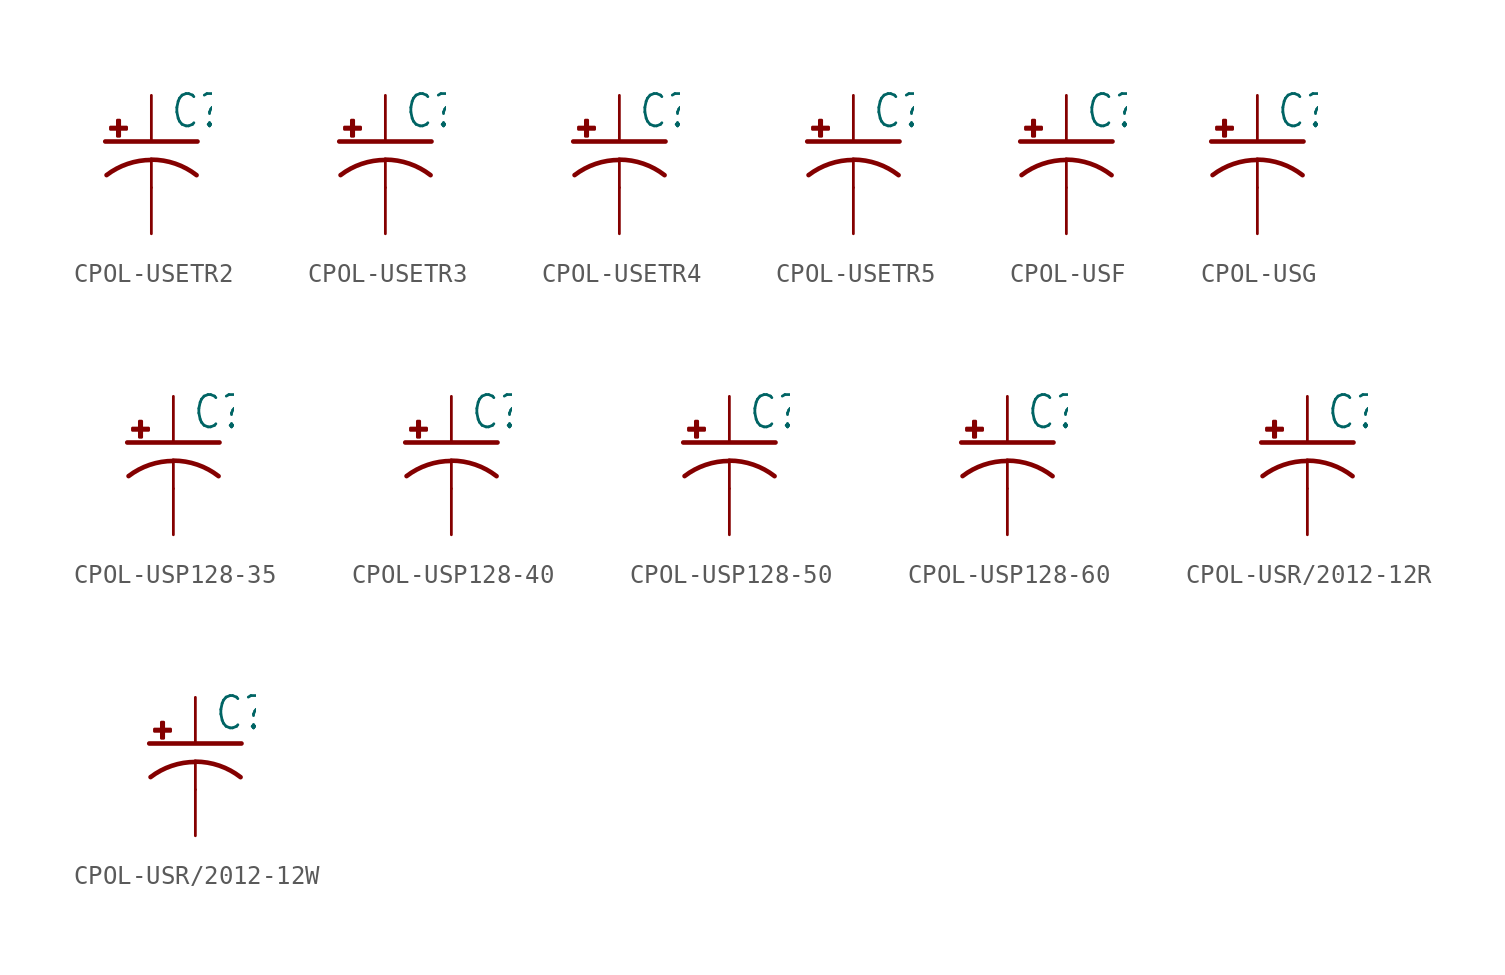
<source format=kicad_sym>
(kicad_symbol_lib
  (version 20241209)
  (generator "kicad_symbol_editor")
  (generator_version "9.0")
  (symbol "CPOL-USETR2"
    (property "Reference" "C"
      (at 1.016 0.635 0)
      (effects (font (size 1.778 1.511)) (justify left bottom)))
    (property "Value" ""
      (at 1.016 -4.191 0)
      (effects (font (size 1.778 1.511)) (justify left bottom)))
    (property "ki_locked" ""
      (at 0 0 0)
      (effects (font (size 1.27 1.27))))
    (symbol "CPOL-USETR2_1_0"
      (polyline (pts (xy -2.54 0) (xy 2.54 0)) (stroke (width 0.254) (type solid)) (fill (type none)))
      (rectangle (start -2.253 0.668) (end -1.364 0.795) (stroke (width 0) (type default)) (fill (type outline)))
      (rectangle (start -1.872 0.287) (end -1.745 1.176) (stroke (width 0) (type default)) (fill (type outline)))
      (arc (start -2.4669 -1.8504) (mid -1.3021 -1.2303) (end 0 -1.0161) (stroke (width 0.254) (type solid)) (fill (type none)))
      (polyline (pts (xy 0 -1.016) (xy 0 -2.54)) (stroke (width 0.152) (type solid)) (fill (type none)))
      (arc (start 0 -1) (mid 1.3158 -1.2195) (end 2.4892 -1.8541) (stroke (width 0.254) (type solid)) (fill (type none)))
      (pin passive line (at 0 2.54 270) (length 2.54) (name "+" (effects (font (size 0 0)))) (number "+" (effects (font (size 0 0)))))
      (pin passive line (at 0 -5.08 90) (length 2.54) (name "-" (effects (font (size 0 0)))) (number "-" (effects (font (size 0 0)))))))
  (symbol "CPOL-USETR3"
    (property "Reference" "C"
      (at 1.016 0.635 0)
      (effects (font (size 1.778 1.511)) (justify left bottom)))
    (property "Value" ""
      (at 1.016 -4.191 0)
      (effects (font (size 1.778 1.511)) (justify left bottom)))
    (property "ki_locked" ""
      (at 0 0 0)
      (effects (font (size 1.27 1.27))))
    (symbol "CPOL-USETR3_1_0"
      (polyline (pts (xy -2.54 0) (xy 2.54 0)) (stroke (width 0.254) (type solid)) (fill (type none)))
      (rectangle (start -2.253 0.668) (end -1.364 0.795) (stroke (width 0) (type default)) (fill (type outline)))
      (rectangle (start -1.872 0.287) (end -1.745 1.176) (stroke (width 0) (type default)) (fill (type outline)))
      (arc (start -2.4669 -1.8504) (mid -1.3021 -1.2303) (end 0 -1.0161) (stroke (width 0.254) (type solid)) (fill (type none)))
      (polyline (pts (xy 0 -1.016) (xy 0 -2.54)) (stroke (width 0.152) (type solid)) (fill (type none)))
      (arc (start 0 -1) (mid 1.3158 -1.2195) (end 2.4892 -1.8541) (stroke (width 0.254) (type solid)) (fill (type none)))
      (pin passive line (at 0 2.54 270) (length 2.54) (name "+" (effects (font (size 0 0)))) (number "+" (effects (font (size 0 0)))))
      (pin passive line (at 0 -5.08 90) (length 2.54) (name "-" (effects (font (size 0 0)))) (number "-" (effects (font (size 0 0)))))))
  (symbol "CPOL-USETR4"
    (property "Reference" "C"
      (at 1.016 0.635 0)
      (effects (font (size 1.778 1.511)) (justify left bottom)))
    (property "Value" ""
      (at 1.016 -4.191 0)
      (effects (font (size 1.778 1.511)) (justify left bottom)))
    (property "ki_locked" ""
      (at 0 0 0)
      (effects (font (size 1.27 1.27))))
    (symbol "CPOL-USETR4_1_0"
      (polyline (pts (xy -2.54 0) (xy 2.54 0)) (stroke (width 0.254) (type solid)) (fill (type none)))
      (rectangle (start -2.253 0.668) (end -1.364 0.795) (stroke (width 0) (type default)) (fill (type outline)))
      (rectangle (start -1.872 0.287) (end -1.745 1.176) (stroke (width 0) (type default)) (fill (type outline)))
      (arc (start -2.4669 -1.8504) (mid -1.3021 -1.2303) (end 0 -1.0161) (stroke (width 0.254) (type solid)) (fill (type none)))
      (polyline (pts (xy 0 -1.016) (xy 0 -2.54)) (stroke (width 0.152) (type solid)) (fill (type none)))
      (arc (start 0 -1) (mid 1.3158 -1.2195) (end 2.4892 -1.8541) (stroke (width 0.254) (type solid)) (fill (type none)))
      (pin passive line (at 0 2.54 270) (length 2.54) (name "+" (effects (font (size 0 0)))) (number "+" (effects (font (size 0 0)))))
      (pin passive line (at 0 -5.08 90) (length 2.54) (name "-" (effects (font (size 0 0)))) (number "-" (effects (font (size 0 0)))))))
  (symbol "CPOL-USETR5"
    (property "Reference" "C"
      (at 1.016 0.635 0)
      (effects (font (size 1.778 1.511)) (justify left bottom)))
    (property "Value" ""
      (at 1.016 -4.191 0)
      (effects (font (size 1.778 1.511)) (justify left bottom)))
    (property "ki_locked" ""
      (at 0 0 0)
      (effects (font (size 1.27 1.27))))
    (symbol "CPOL-USETR5_1_0"
      (polyline (pts (xy -2.54 0) (xy 2.54 0)) (stroke (width 0.254) (type solid)) (fill (type none)))
      (rectangle (start -2.253 0.668) (end -1.364 0.795) (stroke (width 0) (type default)) (fill (type outline)))
      (rectangle (start -1.872 0.287) (end -1.745 1.176) (stroke (width 0) (type default)) (fill (type outline)))
      (arc (start -2.4669 -1.8504) (mid -1.3021 -1.2303) (end 0 -1.0161) (stroke (width 0.254) (type solid)) (fill (type none)))
      (polyline (pts (xy 0 -1.016) (xy 0 -2.54)) (stroke (width 0.152) (type solid)) (fill (type none)))
      (arc (start 0 -1) (mid 1.3158 -1.2195) (end 2.4892 -1.8541) (stroke (width 0.254) (type solid)) (fill (type none)))
      (pin passive line (at 0 2.54 270) (length 2.54) (name "+" (effects (font (size 0 0)))) (number "+" (effects (font (size 0 0)))))
      (pin passive line (at 0 -5.08 90) (length 2.54) (name "-" (effects (font (size 0 0)))) (number "-" (effects (font (size 0 0)))))))
  (symbol "CPOL-USF"
    (property "Reference" "C"
      (at 1.016 0.635 0)
      (effects (font (size 1.778 1.511)) (justify left bottom)))
    (property "Value" ""
      (at 1.016 -4.191 0)
      (effects (font (size 1.778 1.511)) (justify left bottom)))
    (property "ki_locked" ""
      (at 0 0 0)
      (effects (font (size 1.27 1.27))))
    (symbol "CPOL-USF_1_0"
      (polyline (pts (xy -2.54 0) (xy 2.54 0)) (stroke (width 0.254) (type solid)) (fill (type none)))
      (rectangle (start -2.253 0.668) (end -1.364 0.795) (stroke (width 0) (type default)) (fill (type outline)))
      (rectangle (start -1.872 0.287) (end -1.745 1.176) (stroke (width 0) (type default)) (fill (type outline)))
      (arc (start -2.4669 -1.8504) (mid -1.3021 -1.2303) (end 0 -1.0161) (stroke (width 0.254) (type solid)) (fill (type none)))
      (polyline (pts (xy 0 -1.016) (xy 0 -2.54)) (stroke (width 0.152) (type solid)) (fill (type none)))
      (arc (start 0 -1) (mid 1.3158 -1.2195) (end 2.4892 -1.8541) (stroke (width 0.254) (type solid)) (fill (type none)))
      (pin passive line (at 0 2.54 270) (length 2.54) (name "+" (effects (font (size 0 0)))) (number "+" (effects (font (size 0 0)))))
      (pin passive line (at 0 -5.08 90) (length 2.54) (name "-" (effects (font (size 0 0)))) (number "-" (effects (font (size 0 0)))))))
  (symbol "CPOL-USG"
    (property "Reference" "C"
      (at 1.016 0.635 0)
      (effects (font (size 1.778 1.511)) (justify left bottom)))
    (property "Value" ""
      (at 1.016 -4.191 0)
      (effects (font (size 1.778 1.511)) (justify left bottom)))
    (property "ki_locked" ""
      (at 0 0 0)
      (effects (font (size 1.27 1.27))))
    (symbol "CPOL-USG_1_0"
      (polyline (pts (xy -2.54 0) (xy 2.54 0)) (stroke (width 0.254) (type solid)) (fill (type none)))
      (rectangle (start -2.253 0.668) (end -1.364 0.795) (stroke (width 0) (type default)) (fill (type outline)))
      (rectangle (start -1.872 0.287) (end -1.745 1.176) (stroke (width 0) (type default)) (fill (type outline)))
      (arc (start -2.4669 -1.8504) (mid -1.3021 -1.2303) (end 0 -1.0161) (stroke (width 0.254) (type solid)) (fill (type none)))
      (polyline (pts (xy 0 -1.016) (xy 0 -2.54)) (stroke (width 0.152) (type solid)) (fill (type none)))
      (arc (start 0 -1) (mid 1.3158 -1.2195) (end 2.4892 -1.8541) (stroke (width 0.254) (type solid)) (fill (type none)))
      (pin passive line (at 0 2.54 270) (length 2.54) (name "+" (effects (font (size 0 0)))) (number "+" (effects (font (size 0 0)))))
      (pin passive line (at 0 -5.08 90) (length 2.54) (name "-" (effects (font (size 0 0)))) (number "-" (effects (font (size 0 0)))))))
  (symbol "CPOL-USP128-35"
    (property "Reference" "C"
      (at 1.016 0.635 0)
      (effects (font (size 1.778 1.511)) (justify left bottom)))
    (property "Value" ""
      (at 1.016 -4.191 0)
      (effects (font (size 1.778 1.511)) (justify left bottom)))
    (property "ki_locked" ""
      (at 0 0 0)
      (effects (font (size 1.27 1.27))))
    (symbol "CPOL-USP128-35_1_0"
      (polyline (pts (xy -2.54 0) (xy 2.54 0)) (stroke (width 0.254) (type solid)) (fill (type none)))
      (rectangle (start -2.253 0.668) (end -1.364 0.795) (stroke (width 0) (type default)) (fill (type outline)))
      (rectangle (start -1.872 0.287) (end -1.745 1.176) (stroke (width 0) (type default)) (fill (type outline)))
      (arc (start -2.4669 -1.8504) (mid -1.3021 -1.2303) (end 0 -1.0161) (stroke (width 0.254) (type solid)) (fill (type none)))
      (polyline (pts (xy 0 -1.016) (xy 0 -2.54)) (stroke (width 0.152) (type solid)) (fill (type none)))
      (arc (start 0 -1) (mid 1.3158 -1.2195) (end 2.4892 -1.8541) (stroke (width 0.254) (type solid)) (fill (type none)))
      (pin passive line (at 0 2.54 270) (length 2.54) (name "+" (effects (font (size 0 0)))) (number "+" (effects (font (size 0 0)))))
      (pin passive line (at 0 -5.08 90) (length 2.54) (name "-" (effects (font (size 0 0)))) (number "-" (effects (font (size 0 0)))))))
  (symbol "CPOL-USP128-40"
    (property "Reference" "C"
      (at 1.016 0.635 0)
      (effects (font (size 1.778 1.511)) (justify left bottom)))
    (property "Value" ""
      (at 1.016 -4.191 0)
      (effects (font (size 1.778 1.511)) (justify left bottom)))
    (property "ki_locked" ""
      (at 0 0 0)
      (effects (font (size 1.27 1.27))))
    (symbol "CPOL-USP128-40_1_0"
      (polyline (pts (xy -2.54 0) (xy 2.54 0)) (stroke (width 0.254) (type solid)) (fill (type none)))
      (rectangle (start -2.253 0.668) (end -1.364 0.795) (stroke (width 0) (type default)) (fill (type outline)))
      (rectangle (start -1.872 0.287) (end -1.745 1.176) (stroke (width 0) (type default)) (fill (type outline)))
      (arc (start -2.4669 -1.8504) (mid -1.3021 -1.2303) (end 0 -1.0161) (stroke (width 0.254) (type solid)) (fill (type none)))
      (polyline (pts (xy 0 -1.016) (xy 0 -2.54)) (stroke (width 0.152) (type solid)) (fill (type none)))
      (arc (start 0 -1) (mid 1.3158 -1.2195) (end 2.4892 -1.8541) (stroke (width 0.254) (type solid)) (fill (type none)))
      (pin passive line (at 0 2.54 270) (length 2.54) (name "+" (effects (font (size 0 0)))) (number "+" (effects (font (size 0 0)))))
      (pin passive line (at 0 -5.08 90) (length 2.54) (name "-" (effects (font (size 0 0)))) (number "-" (effects (font (size 0 0)))))))
  (symbol "CPOL-USP128-50"
    (property "Reference" "C"
      (at 1.016 0.635 0)
      (effects (font (size 1.778 1.511)) (justify left bottom)))
    (property "Value" ""
      (at 1.016 -4.191 0)
      (effects (font (size 1.778 1.511)) (justify left bottom)))
    (property "ki_locked" ""
      (at 0 0 0)
      (effects (font (size 1.27 1.27))))
    (symbol "CPOL-USP128-50_1_0"
      (polyline (pts (xy -2.54 0) (xy 2.54 0)) (stroke (width 0.254) (type solid)) (fill (type none)))
      (rectangle (start -2.253 0.668) (end -1.364 0.795) (stroke (width 0) (type default)) (fill (type outline)))
      (rectangle (start -1.872 0.287) (end -1.745 1.176) (stroke (width 0) (type default)) (fill (type outline)))
      (arc (start -2.4669 -1.8504) (mid -1.3021 -1.2303) (end 0 -1.0161) (stroke (width 0.254) (type solid)) (fill (type none)))
      (polyline (pts (xy 0 -1.016) (xy 0 -2.54)) (stroke (width 0.152) (type solid)) (fill (type none)))
      (arc (start 0 -1) (mid 1.3158 -1.2195) (end 2.4892 -1.8541) (stroke (width 0.254) (type solid)) (fill (type none)))
      (pin passive line (at 0 2.54 270) (length 2.54) (name "+" (effects (font (size 0 0)))) (number "+" (effects (font (size 0 0)))))
      (pin passive line (at 0 -5.08 90) (length 2.54) (name "-" (effects (font (size 0 0)))) (number "-" (effects (font (size 0 0)))))))
  (symbol "CPOL-USP128-60"
    (property "Reference" "C"
      (at 1.016 0.635 0)
      (effects (font (size 1.778 1.511)) (justify left bottom)))
    (property "Value" ""
      (at 1.016 -4.191 0)
      (effects (font (size 1.778 1.511)) (justify left bottom)))
    (property "ki_locked" ""
      (at 0 0 0)
      (effects (font (size 1.27 1.27))))
    (symbol "CPOL-USP128-60_1_0"
      (polyline (pts (xy -2.54 0) (xy 2.54 0)) (stroke (width 0.254) (type solid)) (fill (type none)))
      (rectangle (start -2.253 0.668) (end -1.364 0.795) (stroke (width 0) (type default)) (fill (type outline)))
      (rectangle (start -1.872 0.287) (end -1.745 1.176) (stroke (width 0) (type default)) (fill (type outline)))
      (arc (start -2.4669 -1.8504) (mid -1.3021 -1.2303) (end 0 -1.0161) (stroke (width 0.254) (type solid)) (fill (type none)))
      (polyline (pts (xy 0 -1.016) (xy 0 -2.54)) (stroke (width 0.152) (type solid)) (fill (type none)))
      (arc (start 0 -1) (mid 1.3158 -1.2195) (end 2.4892 -1.8541) (stroke (width 0.254) (type solid)) (fill (type none)))
      (pin passive line (at 0 2.54 270) (length 2.54) (name "+" (effects (font (size 0 0)))) (number "+" (effects (font (size 0 0)))))
      (pin passive line (at 0 -5.08 90) (length 2.54) (name "-" (effects (font (size 0 0)))) (number "-" (effects (font (size 0 0)))))))
  (symbol "CPOL-USR/2012-12R"
    (property "Reference" "C"
      (at 1.016 0.635 0)
      (effects (font (size 1.778 1.511)) (justify left bottom)))
    (property "Value" ""
      (at 1.016 -4.191 0)
      (effects (font (size 1.778 1.511)) (justify left bottom)))
    (property "ki_locked" ""
      (at 0 0 0)
      (effects (font (size 1.27 1.27))))
    (symbol "CPOL-USR/2012-12R_1_0"
      (polyline (pts (xy -2.54 0) (xy 2.54 0)) (stroke (width 0.254) (type solid)) (fill (type none)))
      (rectangle (start -2.253 0.668) (end -1.364 0.795) (stroke (width 0) (type default)) (fill (type outline)))
      (rectangle (start -1.872 0.287) (end -1.745 1.176) (stroke (width 0) (type default)) (fill (type outline)))
      (arc (start -2.4669 -1.8504) (mid -1.3021 -1.2303) (end 0 -1.0161) (stroke (width 0.254) (type solid)) (fill (type none)))
      (polyline (pts (xy 0 -1.016) (xy 0 -2.54)) (stroke (width 0.152) (type solid)) (fill (type none)))
      (arc (start 0 -1) (mid 1.3158 -1.2195) (end 2.4892 -1.8541) (stroke (width 0.254) (type solid)) (fill (type none)))
      (pin passive line (at 0 2.54 270) (length 2.54) (name "+" (effects (font (size 0 0)))) (number "+" (effects (font (size 0 0)))))
      (pin passive line (at 0 -5.08 90) (length 2.54) (name "-" (effects (font (size 0 0)))) (number "-" (effects (font (size 0 0)))))))
  (symbol "CPOL-USR/2012-12W"
    (property "Reference" "C"
      (at 1.016 0.635 0)
      (effects (font (size 1.778 1.511)) (justify left bottom)))
    (property "Value" ""
      (at 1.016 -4.191 0)
      (effects (font (size 1.778 1.511)) (justify left bottom)))
    (property "ki_locked" ""
      (at 0 0 0)
      (effects (font (size 1.27 1.27))))
    (symbol "CPOL-USR/2012-12W_1_0"
      (polyline (pts (xy -2.54 0) (xy 2.54 0)) (stroke (width 0.254) (type solid)) (fill (type none)))
      (rectangle (start -2.253 0.668) (end -1.364 0.795) (stroke (width 0) (type default)) (fill (type outline)))
      (rectangle (start -1.872 0.287) (end -1.745 1.176) (stroke (width 0) (type default)) (fill (type outline)))
      (arc (start -2.4669 -1.8504) (mid -1.3021 -1.2303) (end 0 -1.0161) (stroke (width 0.254) (type solid)) (fill (type none)))
      (polyline (pts (xy 0 -1.016) (xy 0 -2.54)) (stroke (width 0.152) (type solid)) (fill (type none)))
      (arc (start 0 -1) (mid 1.3158 -1.2195) (end 2.4892 -1.8541) (stroke (width 0.254) (type solid)) (fill (type none)))
      (pin passive line (at 0 2.54 270) (length 2.54) (name "+" (effects (font (size 0 0)))) (number "+" (effects (font (size 0 0)))))
      (pin passive line (at 0 -5.08 90) (length 2.54) (name "-" (effects (font (size 0 0)))) (number "-" (effects (font (size 0 0))))))))
</source>
